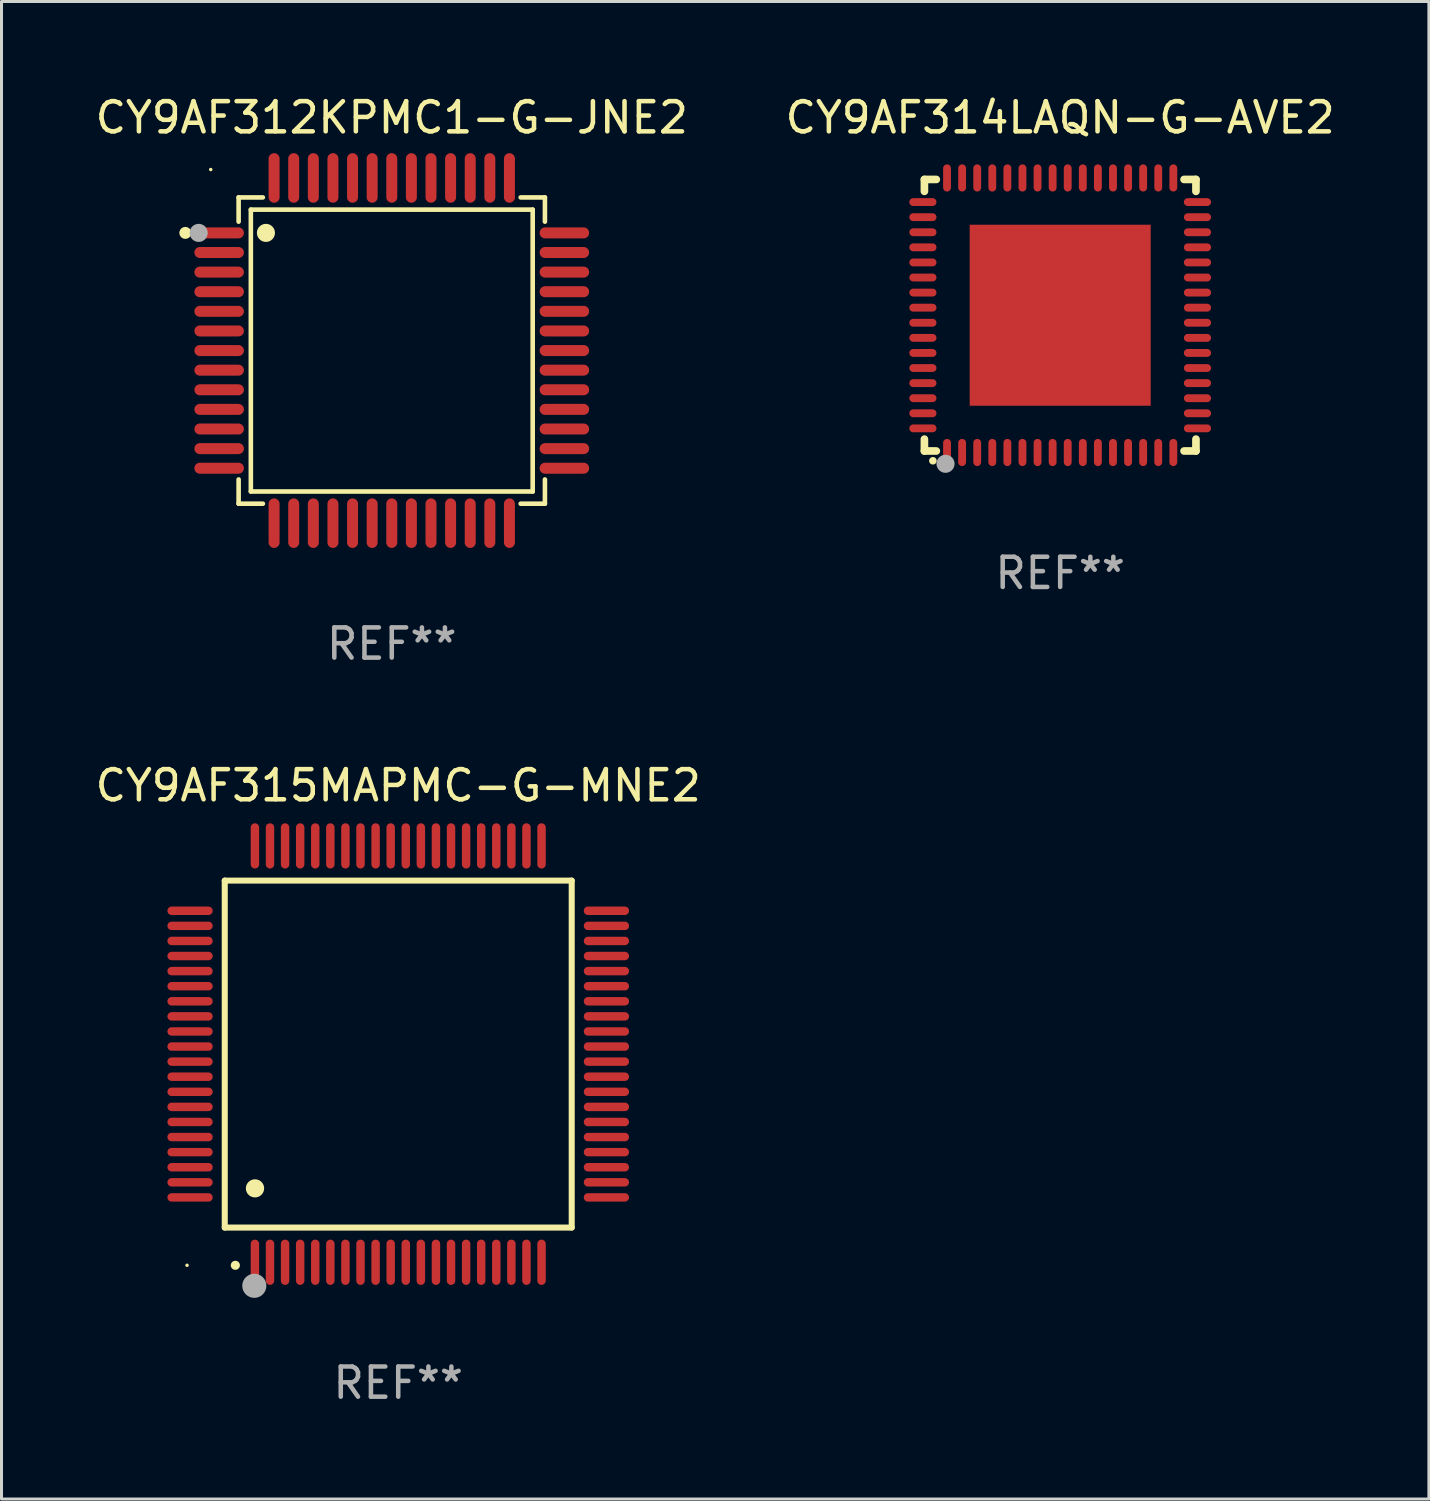
<source format=kicad_pcb>
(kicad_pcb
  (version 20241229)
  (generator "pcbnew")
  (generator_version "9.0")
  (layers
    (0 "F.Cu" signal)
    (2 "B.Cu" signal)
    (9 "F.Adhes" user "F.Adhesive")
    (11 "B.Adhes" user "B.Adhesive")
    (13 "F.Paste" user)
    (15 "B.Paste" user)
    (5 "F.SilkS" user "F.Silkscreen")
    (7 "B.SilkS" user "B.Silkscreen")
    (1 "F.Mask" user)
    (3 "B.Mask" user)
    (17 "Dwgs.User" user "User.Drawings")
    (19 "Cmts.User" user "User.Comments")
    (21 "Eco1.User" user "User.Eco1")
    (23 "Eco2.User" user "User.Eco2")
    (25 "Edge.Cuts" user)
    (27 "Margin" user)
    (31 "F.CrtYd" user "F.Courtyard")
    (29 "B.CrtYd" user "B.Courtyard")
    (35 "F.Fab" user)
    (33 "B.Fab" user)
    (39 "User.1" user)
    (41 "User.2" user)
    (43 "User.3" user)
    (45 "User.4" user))
  (footprint "CY9AF314LAQN-G-AVE2"
    (layer "F.Cu")
    (at 32.089 7.398)
    (property "Reference" "CY9AF314LAQN-G-AVE2" (at 0 -6.55 0) (layer "F.SilkS") (effects (font (size 1 1) (thickness 0.15))))
    (attr through_hole)
    (fp_line (start -4.5 -4.5) (end -4.106 -4.5) (stroke (width 0.254) (type solid)) (layer "F.SilkS"))
    (fp_line (start -4.5 -4.106) (end -4.5 -4.5) (stroke (width 0.254) (type solid)) (layer "F.SilkS"))
    (fp_line (start -4.5 4.5) (end -4.5 4.106) (stroke (width 0.254) (type solid)) (layer "F.SilkS"))
    (fp_line (start -4.106 4.5) (end -4.5 4.5) (stroke (width 0.254) (type solid)) (layer "F.SilkS"))
    (fp_line (start 4.106 -4.5) (end 4.5 -4.5) (stroke (width 0.254) (type solid)) (layer "F.SilkS"))
    (fp_line (start 4.5 -4.5) (end 4.5 -4.106) (stroke (width 0.254) (type solid)) (layer "F.SilkS"))
    (fp_line (start 4.5 4.106) (end 4.5 4.5) (stroke (width 0.254) (type solid)) (layer "F.SilkS"))
    (fp_line (start 4.5 4.5) (end 4.106 4.5) (stroke (width 0.254) (type solid)) (layer "F.SilkS"))
    (fp_arc (start -4.220041 4.824308) (mid -4.218771 4.824302) (end -4.217501 4.824308) (stroke (width 0.24892) (type solid)) (layer "F.SilkS"))
    (fp_circle (center -4.5 4.5) (end -4.47 4.5) (stroke (width 0.06) (type solid)) (fill no) (layer "F.SilkS"))
    (fp_circle (center -3.8 4.924) (end -3.65 4.924) (stroke (width 0.3) (type solid)) (fill no) (layer "F.Fab"))
    (fp_text user "REF**" (at 0 8.55 0) (layer "F.Fab") (effects (font (size 1 1) (thickness 0.15))))
    (pad "1" smd oval (at -3.75 4.55 90) (size 0.9 0.26) (layers "F.Cu" "F.Mask" "F.Paste"))
    (pad "2" smd oval (at -3.25 4.55 90) (size 0.9 0.26) (layers "F.Cu" "F.Mask" "F.Paste"))
    (pad "3" smd oval (at -2.75 4.55 90) (size 0.9 0.26) (layers "F.Cu" "F.Mask" "F.Paste"))
    (pad "4" smd oval (at -2.25 4.55 90) (size 0.9 0.26) (layers "F.Cu" "F.Mask" "F.Paste"))
    (pad "5" smd oval (at -1.75 4.55 90) (size 0.9 0.26) (layers "F.Cu" "F.Mask" "F.Paste"))
    (pad "6" smd oval (at -1.25 4.55 90) (size 0.9 0.26) (layers "F.Cu" "F.Mask" "F.Paste"))
    (pad "7" smd oval (at -0.75 4.55 90) (size 0.9 0.26) (layers "F.Cu" "F.Mask" "F.Paste"))
    (pad "8" smd oval (at -0.25 4.55 90) (size 0.9 0.26) (layers "F.Cu" "F.Mask" "F.Paste"))
    (pad "9" smd oval (at 0.25 4.55 90) (size 0.9 0.26) (layers "F.Cu" "F.Mask" "F.Paste"))
    (pad "10" smd oval (at 0.75 4.55 90) (size 0.9 0.26) (layers "F.Cu" "F.Mask" "F.Paste"))
    (pad "11" smd oval (at 1.25 4.55 90) (size 0.9 0.26) (layers "F.Cu" "F.Mask" "F.Paste"))
    (pad "12" smd oval (at 1.75 4.55 90) (size 0.9 0.26) (layers "F.Cu" "F.Mask" "F.Paste"))
    (pad "13" smd oval (at 2.25 4.55 90) (size 0.9 0.26) (layers "F.Cu" "F.Mask" "F.Paste"))
    (pad "14" smd oval (at 2.75 4.55 90) (size 0.9 0.26) (layers "F.Cu" "F.Mask" "F.Paste"))
    (pad "15" smd oval (at 3.25 4.55 90) (size 0.9 0.26) (layers "F.Cu" "F.Mask" "F.Paste"))
    (pad "16" smd oval (at 3.75 4.55 90) (size 0.9 0.26) (layers "F.Cu" "F.Mask" "F.Paste"))
    (pad "17" smd oval (at 4.55 3.75 90) (size 0.26 0.9) (layers "F.Cu" "F.Mask" "F.Paste"))
    (pad "18" smd oval (at 4.55 3.25 90) (size 0.26 0.9) (layers "F.Cu" "F.Mask" "F.Paste"))
    (pad "19" smd oval (at 4.55 2.75 90) (size 0.26 0.9) (layers "F.Cu" "F.Mask" "F.Paste"))
    (pad "20" smd oval (at 4.55 2.25 90) (size 0.26 0.9) (layers "F.Cu" "F.Mask" "F.Paste"))
    (pad "21" smd oval (at 4.55 1.75 90) (size 0.26 0.9) (layers "F.Cu" "F.Mask" "F.Paste"))
    (pad "22" smd oval (at 4.55 1.25 90) (size 0.26 0.9) (layers "F.Cu" "F.Mask" "F.Paste"))
    (pad "23" smd oval (at 4.55 0.75 90) (size 0.26 0.9) (layers "F.Cu" "F.Mask" "F.Paste"))
    (pad "24" smd oval (at 4.55 0.25 90) (size 0.26 0.9) (layers "F.Cu" "F.Mask" "F.Paste"))
    (pad "25" smd oval (at 4.55 -0.25 90) (size 0.26 0.9) (layers "F.Cu" "F.Mask" "F.Paste"))
    (pad "26" smd oval (at 4.55 -0.75 90) (size 0.26 0.9) (layers "F.Cu" "F.Mask" "F.Paste"))
    (pad "27" smd oval (at 4.55 -1.25 90) (size 0.26 0.9) (layers "F.Cu" "F.Mask" "F.Paste"))
    (pad "28" smd oval (at 4.55 -1.75 90) (size 0.26 0.9) (layers "F.Cu" "F.Mask" "F.Paste"))
    (pad "29" smd oval (at 4.55 -2.25 90) (size 0.26 0.9) (layers "F.Cu" "F.Mask" "F.Paste"))
    (pad "30" smd oval (at 4.55 -2.75 90) (size 0.26 0.9) (layers "F.Cu" "F.Mask" "F.Paste"))
    (pad "31" smd oval (at 4.55 -3.25 90) (size 0.26 0.9) (layers "F.Cu" "F.Mask" "F.Paste"))
    (pad "32" smd oval (at 4.55 -3.75 90) (size 0.26 0.9) (layers "F.Cu" "F.Mask" "F.Paste"))
    (pad "33" smd oval (at 3.75 -4.55 90) (size 0.9 0.26) (layers "F.Cu" "F.Mask" "F.Paste"))
    (pad "34" smd oval (at 3.25 -4.55 90) (size 0.9 0.26) (layers "F.Cu" "F.Mask" "F.Paste"))
    (pad "35" smd oval (at 2.75 -4.55 90) (size 0.9 0.26) (layers "F.Cu" "F.Mask" "F.Paste"))
    (pad "36" smd oval (at 2.25 -4.55 90) (size 0.9 0.26) (layers "F.Cu" "F.Mask" "F.Paste"))
    (pad "37" smd oval (at 1.75 -4.55 90) (size 0.9 0.26) (layers "F.Cu" "F.Mask" "F.Paste"))
    (pad "38" smd oval (at 1.25 -4.55 90) (size 0.9 0.26) (layers "F.Cu" "F.Mask" "F.Paste"))
    (pad "39" smd oval (at 0.75 -4.55 90) (size 0.9 0.26) (layers "F.Cu" "F.Mask" "F.Paste"))
    (pad "40" smd oval (at 0.25 -4.55 90) (size 0.9 0.26) (layers "F.Cu" "F.Mask" "F.Paste"))
    (pad "41" smd oval (at -0.25 -4.55 90) (size 0.9 0.26) (layers "F.Cu" "F.Mask" "F.Paste"))
    (pad "42" smd oval (at -0.75 -4.55 90) (size 0.9 0.26) (layers "F.Cu" "F.Mask" "F.Paste"))
    (pad "43" smd oval (at -1.25 -4.55 90) (size 0.9 0.26) (layers "F.Cu" "F.Mask" "F.Paste"))
    (pad "44" smd oval (at -1.75 -4.55 90) (size 0.9 0.26) (layers "F.Cu" "F.Mask" "F.Paste"))
    (pad "45" smd oval (at -2.25 -4.55 90) (size 0.9 0.26) (layers "F.Cu" "F.Mask" "F.Paste"))
    (pad "46" smd oval (at -2.75 -4.55 90) (size 0.9 0.26) (layers "F.Cu" "F.Mask" "F.Paste"))
    (pad "47" smd oval (at -3.25 -4.55 90) (size 0.9 0.26) (layers "F.Cu" "F.Mask" "F.Paste"))
    (pad "48" smd oval (at -3.75 -4.55 90) (size 0.9 0.26) (layers "F.Cu" "F.Mask" "F.Paste"))
    (pad "49" smd oval (at -4.55 -3.75 90) (size 0.26 0.9) (layers "F.Cu" "F.Mask" "F.Paste"))
    (pad "50" smd oval (at -4.55 -3.25 90) (size 0.26 0.9) (layers "F.Cu" "F.Mask" "F.Paste"))
    (pad "51" smd oval (at -4.55 -2.75 90) (size 0.26 0.9) (layers "F.Cu" "F.Mask" "F.Paste"))
    (pad "52" smd oval (at -4.55 -2.25 90) (size 0.26 0.9) (layers "F.Cu" "F.Mask" "F.Paste"))
    (pad "53" smd oval (at -4.55 -1.75 90) (size 0.26 0.9) (layers "F.Cu" "F.Mask" "F.Paste"))
    (pad "54" smd oval (at -4.55 -1.25 90) (size 0.26 0.9) (layers "F.Cu" "F.Mask" "F.Paste"))
    (pad "55" smd oval (at -4.55 -0.75 90) (size 0.26 0.9) (layers "F.Cu" "F.Mask" "F.Paste"))
    (pad "56" smd oval (at -4.55 -0.25 90) (size 0.26 0.9) (layers "F.Cu" "F.Mask" "F.Paste"))
    (pad "57" smd oval (at -4.55 0.25 90) (size 0.26 0.9) (layers "F.Cu" "F.Mask" "F.Paste"))
    (pad "58" smd oval (at -4.55 0.75 90) (size 0.26 0.9) (layers "F.Cu" "F.Mask" "F.Paste"))
    (pad "59" smd oval (at -4.55 1.25 90) (size 0.26 0.9) (layers "F.Cu" "F.Mask" "F.Paste"))
    (pad "60" smd oval (at -4.55 1.75 90) (size 0.26 0.9) (layers "F.Cu" "F.Mask" "F.Paste"))
    (pad "61" smd oval (at -4.55 2.25 90) (size 0.26 0.9) (layers "F.Cu" "F.Mask" "F.Paste"))
    (pad "62" smd oval (at -4.55 2.75 90) (size 0.26 0.9) (layers "F.Cu" "F.Mask" "F.Paste"))
    (pad "63" smd oval (at -4.55 3.25 90) (size 0.26 0.9) (layers "F.Cu" "F.Mask" "F.Paste"))
    (pad "64" smd oval (at -4.55 3.75 90) (size 0.26 0.9) (layers "F.Cu" "F.Mask" "F.Paste"))
    (pad "65" smd rect (at 0.000381 0 90) (size 6 6) (layers "F.Cu" "F.Mask" "F.Paste")))
  (footprint "CY9AF315MAPMC-G-MNE2"
    (layer "F.Cu")
    (at 10.149 31.887)
    (property "Reference" "CY9AF315MAPMC-G-MNE2" (at 0 -8.9 0) (layer "F.SilkS") (effects (font (size 1 1) (thickness 0.15))))
    (attr through_hole)
    (fp_line (start -5.75 -5.75) (end 5.75 -5.75) (stroke (width 0.2) (type solid)) (layer "F.SilkS"))
    (fp_line (start -5.75 5.75) (end -5.75 -5.75) (stroke (width 0.2) (type solid)) (layer "F.SilkS"))
    (fp_line (start 5.75 -5.75) (end 5.75 5.75) (stroke (width 0.2) (type solid)) (layer "F.SilkS"))
    (fp_line (start 5.75 5.75) (end -5.75 5.75) (stroke (width 0.2) (type solid)) (layer "F.SilkS"))
    (fp_arc (start -5.400051 7.000254) (mid -5.398781 7.000249) (end -5.397511 7.000254) (stroke (width 0.3) (type solid)) (layer "F.SilkS"))
    (fp_arc (start -4.749809 4.450089) (mid -4.747269 4.450078) (end -4.744729 4.450089) (stroke (width 0.6) (type solid)) (layer "F.SilkS"))
    (fp_circle (center -7 7) (end -6.97 7) (stroke (width 0.06) (type solid)) (fill no) (layer "F.SilkS"))
    (fp_circle (center -4.77 7.68) (end -4.57 7.68) (stroke (width 0.4) (type solid)) (fill no) (layer "F.Fab"))
    (fp_text user "REF**" (at 0 10.9 0) (layer "F.Fab") (effects (font (size 1 1) (thickness 0.15))))
    (pad "1" smd oval (at -4.75 6.9) (size 0.28 1.5) (layers "F.Cu" "F.Mask" "F.Paste"))
    (pad "2" smd oval (at -4.25 6.9) (size 0.28 1.5) (layers "F.Cu" "F.Mask" "F.Paste"))
    (pad "3" smd oval (at -3.75 6.9) (size 0.28 1.5) (layers "F.Cu" "F.Mask" "F.Paste"))
    (pad "4" smd oval (at -3.25 6.9) (size 0.28 1.5) (layers "F.Cu" "F.Mask" "F.Paste"))
    (pad "5" smd oval (at -2.75 6.9) (size 0.28 1.5) (layers "F.Cu" "F.Mask" "F.Paste"))
    (pad "6" smd oval (at -2.25 6.9) (size 0.28 1.5) (layers "F.Cu" "F.Mask" "F.Paste"))
    (pad "7" smd oval (at -1.75 6.9) (size 0.28 1.5) (layers "F.Cu" "F.Mask" "F.Paste"))
    (pad "8" smd oval (at -1.25 6.9) (size 0.28 1.5) (layers "F.Cu" "F.Mask" "F.Paste"))
    (pad "9" smd oval (at -0.75 6.9) (size 0.28 1.5) (layers "F.Cu" "F.Mask" "F.Paste"))
    (pad "10" smd oval (at -0.25 6.9) (size 0.28 1.5) (layers "F.Cu" "F.Mask" "F.Paste"))
    (pad "11" smd oval (at 0.25 6.9) (size 0.28 1.5) (layers "F.Cu" "F.Mask" "F.Paste"))
    (pad "12" smd oval (at 0.75 6.9) (size 0.28 1.5) (layers "F.Cu" "F.Mask" "F.Paste"))
    (pad "13" smd oval (at 1.25 6.9) (size 0.28 1.5) (layers "F.Cu" "F.Mask" "F.Paste"))
    (pad "14" smd oval (at 1.75 6.9) (size 0.28 1.5) (layers "F.Cu" "F.Mask" "F.Paste"))
    (pad "15" smd oval (at 2.25 6.9) (size 0.28 1.5) (layers "F.Cu" "F.Mask" "F.Paste"))
    (pad "16" smd oval (at 2.75 6.9) (size 0.28 1.5) (layers "F.Cu" "F.Mask" "F.Paste"))
    (pad "17" smd oval (at 3.25 6.9) (size 0.28 1.5) (layers "F.Cu" "F.Mask" "F.Paste"))
    (pad "18" smd oval (at 3.75 6.9) (size 0.28 1.5) (layers "F.Cu" "F.Mask" "F.Paste"))
    (pad "19" smd oval (at 4.25 6.9) (size 0.28 1.5) (layers "F.Cu" "F.Mask" "F.Paste"))
    (pad "20" smd oval (at 4.75 6.9) (size 0.28 1.5) (layers "F.Cu" "F.Mask" "F.Paste"))
    (pad "21" smd oval (at 6.9 4.75) (size 1.5 0.28) (layers "F.Cu" "F.Mask" "F.Paste"))
    (pad "22" smd oval (at 6.9 4.25) (size 1.5 0.28) (layers "F.Cu" "F.Mask" "F.Paste"))
    (pad "23" smd oval (at 6.9 3.75) (size 1.5 0.28) (layers "F.Cu" "F.Mask" "F.Paste"))
    (pad "24" smd oval (at 6.9 3.25) (size 1.5 0.28) (layers "F.Cu" "F.Mask" "F.Paste"))
    (pad "25" smd oval (at 6.9 2.75) (size 1.5 0.28) (layers "F.Cu" "F.Mask" "F.Paste"))
    (pad "26" smd oval (at 6.9 2.25) (size 1.5 0.28) (layers "F.Cu" "F.Mask" "F.Paste"))
    (pad "27" smd oval (at 6.9 1.75) (size 1.5 0.28) (layers "F.Cu" "F.Mask" "F.Paste"))
    (pad "28" smd oval (at 6.9 1.25) (size 1.5 0.28) (layers "F.Cu" "F.Mask" "F.Paste"))
    (pad "29" smd oval (at 6.9 0.75) (size 1.5 0.28) (layers "F.Cu" "F.Mask" "F.Paste"))
    (pad "30" smd oval (at 6.9 0.25) (size 1.5 0.28) (layers "F.Cu" "F.Mask" "F.Paste"))
    (pad "31" smd oval (at 6.9 -0.25) (size 1.5 0.28) (layers "F.Cu" "F.Mask" "F.Paste"))
    (pad "32" smd oval (at 6.9 -0.75) (size 1.5 0.28) (layers "F.Cu" "F.Mask" "F.Paste"))
    (pad "33" smd oval (at 6.9 -1.25) (size 1.5 0.28) (layers "F.Cu" "F.Mask" "F.Paste"))
    (pad "34" smd oval (at 6.9 -1.75) (size 1.5 0.28) (layers "F.Cu" "F.Mask" "F.Paste"))
    (pad "35" smd oval (at 6.9 -2.25) (size 1.5 0.28) (layers "F.Cu" "F.Mask" "F.Paste"))
    (pad "36" smd oval (at 6.9 -2.75) (size 1.5 0.28) (layers "F.Cu" "F.Mask" "F.Paste"))
    (pad "37" smd oval (at 6.9 -3.25) (size 1.5 0.28) (layers "F.Cu" "F.Mask" "F.Paste"))
    (pad "38" smd oval (at 6.9 -3.75) (size 1.5 0.28) (layers "F.Cu" "F.Mask" "F.Paste"))
    (pad "39" smd oval (at 6.9 -4.25) (size 1.5 0.28) (layers "F.Cu" "F.Mask" "F.Paste"))
    (pad "40" smd oval (at 6.9 -4.75) (size 1.5 0.28) (layers "F.Cu" "F.Mask" "F.Paste"))
    (pad "41" smd oval (at 4.75 -6.9) (size 0.28 1.5) (layers "F.Cu" "F.Mask" "F.Paste"))
    (pad "42" smd oval (at 4.25 -6.9) (size 0.28 1.5) (layers "F.Cu" "F.Mask" "F.Paste"))
    (pad "43" smd oval (at 3.75 -6.9) (size 0.28 1.5) (layers "F.Cu" "F.Mask" "F.Paste"))
    (pad "44" smd oval (at 3.25 -6.9) (size 0.28 1.5) (layers "F.Cu" "F.Mask" "F.Paste"))
    (pad "45" smd oval (at 2.75 -6.9) (size 0.28 1.5) (layers "F.Cu" "F.Mask" "F.Paste"))
    (pad "46" smd oval (at 2.25 -6.9) (size 0.28 1.5) (layers "F.Cu" "F.Mask" "F.Paste"))
    (pad "47" smd oval (at 1.75 -6.9) (size 0.28 1.5) (layers "F.Cu" "F.Mask" "F.Paste"))
    (pad "48" smd oval (at 1.25 -6.9) (size 0.28 1.5) (layers "F.Cu" "F.Mask" "F.Paste"))
    (pad "49" smd oval (at 0.75 -6.9) (size 0.28 1.5) (layers "F.Cu" "F.Mask" "F.Paste"))
    (pad "50" smd oval (at 0.25 -6.9) (size 0.28 1.5) (layers "F.Cu" "F.Mask" "F.Paste"))
    (pad "51" smd oval (at -0.25 -6.9) (size 0.28 1.5) (layers "F.Cu" "F.Mask" "F.Paste"))
    (pad "52" smd oval (at -0.75 -6.9) (size 0.28 1.5) (layers "F.Cu" "F.Mask" "F.Paste"))
    (pad "53" smd oval (at -1.25 -6.9) (size 0.28 1.5) (layers "F.Cu" "F.Mask" "F.Paste"))
    (pad "54" smd oval (at -1.75 -6.9) (size 0.28 1.5) (layers "F.Cu" "F.Mask" "F.Paste"))
    (pad "55" smd oval (at -2.25 -6.9) (size 0.28 1.5) (layers "F.Cu" "F.Mask" "F.Paste"))
    (pad "56" smd oval (at -2.75 -6.9) (size 0.28 1.5) (layers "F.Cu" "F.Mask" "F.Paste"))
    (pad "57" smd oval (at -3.25 -6.9) (size 0.28 1.5) (layers "F.Cu" "F.Mask" "F.Paste"))
    (pad "58" smd oval (at -3.75 -6.9) (size 0.28 1.5) (layers "F.Cu" "F.Mask" "F.Paste"))
    (pad "59" smd oval (at -4.25 -6.9) (size 0.28 1.5) (layers "F.Cu" "F.Mask" "F.Paste"))
    (pad "60" smd oval (at -4.75 -6.9) (size 0.28 1.5) (layers "F.Cu" "F.Mask" "F.Paste"))
    (pad "61" smd oval (at -6.9 -4.75) (size 1.5 0.28) (layers "F.Cu" "F.Mask" "F.Paste"))
    (pad "62" smd oval (at -6.9 -4.25) (size 1.5 0.28) (layers "F.Cu" "F.Mask" "F.Paste"))
    (pad "63" smd oval (at -6.9 -3.75) (size 1.5 0.28) (layers "F.Cu" "F.Mask" "F.Paste"))
    (pad "64" smd oval (at -6.9 -3.25) (size 1.5 0.28) (layers "F.Cu" "F.Mask" "F.Paste"))
    (pad "65" smd oval (at -6.9 -2.75) (size 1.5 0.28) (layers "F.Cu" "F.Mask" "F.Paste"))
    (pad "66" smd oval (at -6.9 -2.25) (size 1.5 0.28) (layers "F.Cu" "F.Mask" "F.Paste"))
    (pad "67" smd oval (at -6.9 -1.75) (size 1.5 0.28) (layers "F.Cu" "F.Mask" "F.Paste"))
    (pad "68" smd oval (at -6.9 -1.25) (size 1.5 0.28) (layers "F.Cu" "F.Mask" "F.Paste"))
    (pad "69" smd oval (at -6.9 -0.75) (size 1.5 0.28) (layers "F.Cu" "F.Mask" "F.Paste"))
    (pad "70" smd oval (at -6.9 -0.25) (size 1.5 0.28) (layers "F.Cu" "F.Mask" "F.Paste"))
    (pad "71" smd oval (at -6.9 0.25) (size 1.5 0.28) (layers "F.Cu" "F.Mask" "F.Paste"))
    (pad "72" smd oval (at -6.9 0.75) (size 1.5 0.28) (layers "F.Cu" "F.Mask" "F.Paste"))
    (pad "73" smd oval (at -6.9 1.25) (size 1.5 0.28) (layers "F.Cu" "F.Mask" "F.Paste"))
    (pad "74" smd oval (at -6.9 1.75) (size 1.5 0.28) (layers "F.Cu" "F.Mask" "F.Paste"))
    (pad "75" smd oval (at -6.9 2.25) (size 1.5 0.28) (layers "F.Cu" "F.Mask" "F.Paste"))
    (pad "76" smd oval (at -6.9 2.75) (size 1.5 0.28) (layers "F.Cu" "F.Mask" "F.Paste"))
    (pad "77" smd oval (at -6.9 3.25) (size 1.5 0.28) (layers "F.Cu" "F.Mask" "F.Paste"))
    (pad "78" smd oval (at -6.9 3.75) (size 1.5 0.28) (layers "F.Cu" "F.Mask" "F.Paste"))
    (pad "79" smd oval (at -6.9 4.25) (size 1.5 0.28) (layers "F.Cu" "F.Mask" "F.Paste"))
    (pad "80" smd oval (at -6.9 4.75) (size 1.5 0.28) (layers "F.Cu" "F.Mask" "F.Paste")))
  (footprint "CY9AF312KPMC1-G-JNE2"
    (layer "F.Cu")
    (at 9.935 8.569)
    (property "Reference" "CY9AF312KPMC1-G-JNE2" (at 0 -7.721 0) (layer "F.SilkS") (effects (font (size 1 1) (thickness 0.15))))
    (attr through_hole)
    (fp_line (start -5.076 -5.076) (end -5.076 -4.272) (stroke (width 0.152) (type solid)) (layer "F.SilkS"))
    (fp_line (start -5.076 5.076) (end -5.076 4.272) (stroke (width 0.152) (type solid)) (layer "F.SilkS"))
    (fp_line (start -4.671 -4.671) (end 4.671 -4.671) (stroke (width 0.152) (type solid)) (layer "F.SilkS"))
    (fp_line (start -4.671 4.671) (end -4.671 -4.671) (stroke (width 0.152) (type solid)) (layer "F.SilkS"))
    (fp_line (start -4.272 -5.076) (end -5.076 -5.076) (stroke (width 0.152) (type solid)) (layer "F.SilkS"))
    (fp_line (start -4.272 5.076) (end -5.076 5.076) (stroke (width 0.152) (type solid)) (layer "F.SilkS"))
    (fp_line (start 4.272 -5.076) (end 5.076 -5.076) (stroke (width 0.152) (type solid)) (layer "F.SilkS"))
    (fp_line (start 4.272 5.076) (end 5.076 5.076) (stroke (width 0.152) (type solid)) (layer "F.SilkS"))
    (fp_line (start 4.671 -4.671) (end 4.671 4.671) (stroke (width 0.152) (type solid)) (layer "F.SilkS"))
    (fp_line (start 4.671 4.671) (end -4.671 4.671) (stroke (width 0.152) (type solid)) (layer "F.SilkS"))
    (fp_line (start 5.076 -5.076) (end 5.076 -4.272) (stroke (width 0.152) (type solid)) (layer "F.SilkS"))
    (fp_line (start 5.076 5.076) (end 5.076 4.272) (stroke (width 0.152) (type solid)) (layer "F.SilkS"))
    (fp_circle (center -6.842 -3.9) (end -6.742 -3.9) (stroke (width 0.2) (type solid)) (fill no) (layer "F.SilkS"))
    (fp_circle (center -6 -6) (end -5.97 -6) (stroke (width 0.06) (type solid)) (fill no) (layer "F.SilkS"))
    (fp_circle (center -4.171 -3.9) (end -4.021 -3.9) (stroke (width 0.3) (type solid)) (fill no) (layer "F.SilkS"))
    (fp_circle (center -6.4 -3.9) (end -6.25 -3.9) (stroke (width 0.3) (type solid)) (fill no) (layer "F.Fab"))
    (fp_text user "REF**" (at 0 9.721 0) (layer "F.Fab") (effects (font (size 1 1) (thickness 0.15))))
    (pad "1" smd oval (at -5.721 -3.9 90) (size 0.364 1.642) (layers "F.Cu" "F.Mask" "F.Paste"))
    (pad "2" smd oval (at -5.721 -3.25 90) (size 0.364 1.642) (layers "F.Cu" "F.Mask" "F.Paste"))
    (pad "3" smd oval (at -5.721 -2.6 90) (size 0.364 1.642) (layers "F.Cu" "F.Mask" "F.Paste"))
    (pad "4" smd oval (at -5.721 -1.95 90) (size 0.364 1.642) (layers "F.Cu" "F.Mask" "F.Paste"))
    (pad "5" smd oval (at -5.721 -1.3 90) (size 0.364 1.642) (layers "F.Cu" "F.Mask" "F.Paste"))
    (pad "6" smd oval (at -5.721 -0.65 90) (size 0.364 1.642) (layers "F.Cu" "F.Mask" "F.Paste"))
    (pad "7" smd oval (at -5.721 0 90) (size 0.364 1.642) (layers "F.Cu" "F.Mask" "F.Paste"))
    (pad "8" smd oval (at -5.721 0.65 90) (size 0.364 1.642) (layers "F.Cu" "F.Mask" "F.Paste"))
    (pad "9" smd oval (at -5.721 1.3 90) (size 0.364 1.642) (layers "F.Cu" "F.Mask" "F.Paste"))
    (pad "10" smd oval (at -5.721 1.95 90) (size 0.364 1.642) (layers "F.Cu" "F.Mask" "F.Paste"))
    (pad "11" smd oval (at -5.721 2.6 90) (size 0.364 1.642) (layers "F.Cu" "F.Mask" "F.Paste"))
    (pad "12" smd oval (at -5.721 3.25 90) (size 0.364 1.642) (layers "F.Cu" "F.Mask" "F.Paste"))
    (pad "13" smd oval (at -5.721 3.9 90) (size 0.364 1.642) (layers "F.Cu" "F.Mask" "F.Paste"))
    (pad "14" smd oval (at -3.9 5.721 90) (size 1.642 0.364) (layers "F.Cu" "F.Mask" "F.Paste"))
    (pad "15" smd oval (at -3.25 5.721 90) (size 1.642 0.364) (layers "F.Cu" "F.Mask" "F.Paste"))
    (pad "16" smd oval (at -2.6 5.721 90) (size 1.642 0.364) (layers "F.Cu" "F.Mask" "F.Paste"))
    (pad "17" smd oval (at -1.95 5.721 90) (size 1.642 0.364) (layers "F.Cu" "F.Mask" "F.Paste"))
    (pad "18" smd oval (at -1.3 5.721 90) (size 1.642 0.364) (layers "F.Cu" "F.Mask" "F.Paste"))
    (pad "19" smd oval (at -0.65 5.721 90) (size 1.642 0.364) (layers "F.Cu" "F.Mask" "F.Paste"))
    (pad "20" smd oval (at 0 5.721 90) (size 1.642 0.364) (layers "F.Cu" "F.Mask" "F.Paste"))
    (pad "21" smd oval (at 0.65 5.721 90) (size 1.642 0.364) (layers "F.Cu" "F.Mask" "F.Paste"))
    (pad "22" smd oval (at 1.3 5.721 90) (size 1.642 0.364) (layers "F.Cu" "F.Mask" "F.Paste"))
    (pad "23" smd oval (at 1.95 5.721 90) (size 1.642 0.364) (layers "F.Cu" "F.Mask" "F.Paste"))
    (pad "24" smd oval (at 2.6 5.721 90) (size 1.642 0.364) (layers "F.Cu" "F.Mask" "F.Paste"))
    (pad "25" smd oval (at 3.25 5.721 90) (size 1.642 0.364) (layers "F.Cu" "F.Mask" "F.Paste"))
    (pad "26" smd oval (at 3.9 5.721 90) (size 1.642 0.364) (layers "F.Cu" "F.Mask" "F.Paste"))
    (pad "27" smd oval (at 5.721 3.9 90) (size 0.364 1.642) (layers "F.Cu" "F.Mask" "F.Paste"))
    (pad "28" smd oval (at 5.721 3.25 90) (size 0.364 1.642) (layers "F.Cu" "F.Mask" "F.Paste"))
    (pad "29" smd oval (at 5.721 2.6 90) (size 0.364 1.642) (layers "F.Cu" "F.Mask" "F.Paste"))
    (pad "30" smd oval (at 5.721 1.95 90) (size 0.364 1.642) (layers "F.Cu" "F.Mask" "F.Paste"))
    (pad "31" smd oval (at 5.721 1.3 90) (size 0.364 1.642) (layers "F.Cu" "F.Mask" "F.Paste"))
    (pad "32" smd oval (at 5.721 0.65 90) (size 0.364 1.642) (layers "F.Cu" "F.Mask" "F.Paste"))
    (pad "33" smd oval (at 5.721 0 90) (size 0.364 1.642) (layers "F.Cu" "F.Mask" "F.Paste"))
    (pad "34" smd oval (at 5.721 -0.65 90) (size 0.364 1.642) (layers "F.Cu" "F.Mask" "F.Paste"))
    (pad "35" smd oval (at 5.721 -1.3 90) (size 0.364 1.642) (layers "F.Cu" "F.Mask" "F.Paste"))
    (pad "36" smd oval (at 5.721 -1.95 90) (size 0.364 1.642) (layers "F.Cu" "F.Mask" "F.Paste"))
    (pad "37" smd oval (at 5.721 -2.6 90) (size 0.364 1.642) (layers "F.Cu" "F.Mask" "F.Paste"))
    (pad "38" smd oval (at 5.721 -3.25 90) (size 0.364 1.642) (layers "F.Cu" "F.Mask" "F.Paste"))
    (pad "39" smd oval (at 5.721 -3.9 90) (size 0.364 1.642) (layers "F.Cu" "F.Mask" "F.Paste"))
    (pad "40" smd oval (at 3.9 -5.721 90) (size 1.642 0.364) (layers "F.Cu" "F.Mask" "F.Paste"))
    (pad "41" smd oval (at 3.25 -5.721 90) (size 1.642 0.364) (layers "F.Cu" "F.Mask" "F.Paste"))
    (pad "42" smd oval (at 2.6 -5.721 90) (size 1.642 0.364) (layers "F.Cu" "F.Mask" "F.Paste"))
    (pad "43" smd oval (at 1.95 -5.721 90) (size 1.642 0.364) (layers "F.Cu" "F.Mask" "F.Paste"))
    (pad "44" smd oval (at 1.3 -5.721 90) (size 1.642 0.364) (layers "F.Cu" "F.Mask" "F.Paste"))
    (pad "45" smd oval (at 0.65 -5.721 90) (size 1.642 0.364) (layers "F.Cu" "F.Mask" "F.Paste"))
    (pad "46" smd oval (at 0 -5.721 90) (size 1.642 0.364) (layers "F.Cu" "F.Mask" "F.Paste"))
    (pad "47" smd oval (at -0.65 -5.721 90) (size 1.642 0.364) (layers "F.Cu" "F.Mask" "F.Paste"))
    (pad "48" smd oval (at -1.3 -5.721 90) (size 1.642 0.364) (layers "F.Cu" "F.Mask" "F.Paste"))
    (pad "49" smd oval (at -1.95 -5.721 90) (size 1.642 0.364) (layers "F.Cu" "F.Mask" "F.Paste"))
    (pad "50" smd oval (at -2.6 -5.721 90) (size 1.642 0.364) (layers "F.Cu" "F.Mask" "F.Paste"))
    (pad "51" smd oval (at -3.25 -5.721 90) (size 1.642 0.364) (layers "F.Cu" "F.Mask" "F.Paste"))
    (pad "52" smd oval (at -3.9 -5.721 90) (size 1.642 0.364) (layers "F.Cu" "F.Mask" "F.Paste")))
  (gr_rect
    (start -3 -3)
    (end 44.31 46.635)
    (stroke (width 0.1) (type default))
    (fill no)
    (layer "Edge.Cuts")))
</source>
